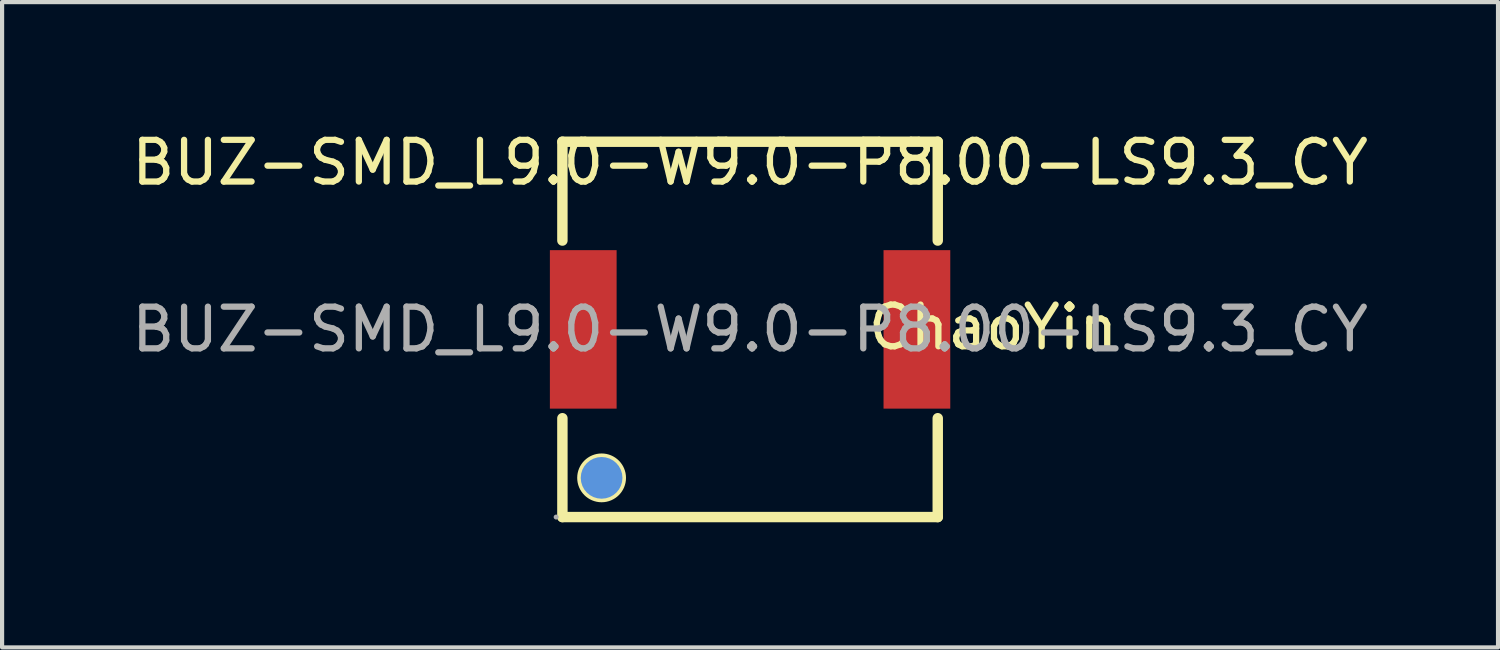
<source format=kicad_pcb>
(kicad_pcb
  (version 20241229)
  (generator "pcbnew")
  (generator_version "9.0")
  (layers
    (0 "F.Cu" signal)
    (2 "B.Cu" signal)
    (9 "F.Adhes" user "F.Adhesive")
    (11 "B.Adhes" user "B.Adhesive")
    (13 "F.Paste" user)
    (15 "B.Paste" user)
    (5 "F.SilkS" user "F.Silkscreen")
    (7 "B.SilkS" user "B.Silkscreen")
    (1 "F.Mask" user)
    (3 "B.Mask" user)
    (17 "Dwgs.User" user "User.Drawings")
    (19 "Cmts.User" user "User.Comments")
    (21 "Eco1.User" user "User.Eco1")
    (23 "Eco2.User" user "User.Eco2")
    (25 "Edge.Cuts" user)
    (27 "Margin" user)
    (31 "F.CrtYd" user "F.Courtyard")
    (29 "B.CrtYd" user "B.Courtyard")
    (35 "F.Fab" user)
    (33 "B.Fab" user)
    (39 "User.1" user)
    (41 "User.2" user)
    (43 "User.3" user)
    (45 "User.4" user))
  (footprint "BUZ-SMD_L9.0-W9.0-P8.00-LS9.3_CY"
    (layer "F.Cu")
    (at 14.935 4.848)
    (property "Reference" "BUZ-SMD_L9.0-W9.0-P8.00-LS9.3_CY" (at 0 -4 0) (layer "F.SilkS") (effects (font (size 1 1) (thickness 0.15))))
    (attr smd)
    (fp_line (start -4.5 -4.5) (end 4.5 -4.5) (stroke (width 0.25) (type solid)) (layer "F.SilkS"))
    (fp_line (start -4.5 -2.13) (end -4.5 -4.5) (stroke (width 0.25) (type solid)) (layer "F.SilkS"))
    (fp_line (start -4.5 4.5) (end -4.5 2.13) (stroke (width 0.25) (type solid)) (layer "F.SilkS"))
    (fp_line (start 4.5 -4.5) (end 4.5 -2.13) (stroke (width 0.25) (type solid)) (layer "F.SilkS"))
    (fp_line (start 4.5 2.13) (end 4.5 4.5) (stroke (width 0.25) (type solid)) (layer "F.SilkS"))
    (fp_line (start 4.5 4.5) (end -4.5 4.5) (stroke (width 0.25) (type solid)) (layer "F.SilkS"))
    (fp_circle (center -3.56 3.56) (end -3.1 3.56) (stroke (width 0.25) (type solid)) (fill no) (layer "F.SilkS"))
    (fp_circle (center -3.56 3.56) (end -3.31 3.56) (stroke (width 0.5) (type solid)) (fill no) (layer "Cmts.User"))
    (fp_circle (center -4.65 4.5) (end -4.62 4.5) (stroke (width 0.06) (type solid)) (fill no) (layer "F.Fab"))
    (fp_text user "ChaoYin" (at 2.75 -0.05 180) (layer "F.SilkS") (effects (font (size 1 1) (thickness 0.15)) (justify left)))
    (fp_text user "${REFERENCE}" (at 0 0 0) (layer "F.Fab") (effects (font (size 1 1) (thickness 0.15))))
    (pad "1" smd rect (at -4 0 90) (size 3.8 1.6) (layers "F.Cu" "F.Mask" "F.Paste"))
    (pad "2" smd rect (at 4 0 90) (size 3.8 1.6) (layers "F.Cu" "F.Mask" "F.Paste")))
  (gr_rect
    (start -3 -3)
    (end 32.869 12.473)
    (stroke (width 0.1) (type default))
    (fill no)
    (layer "Edge.Cuts")))
</source>
